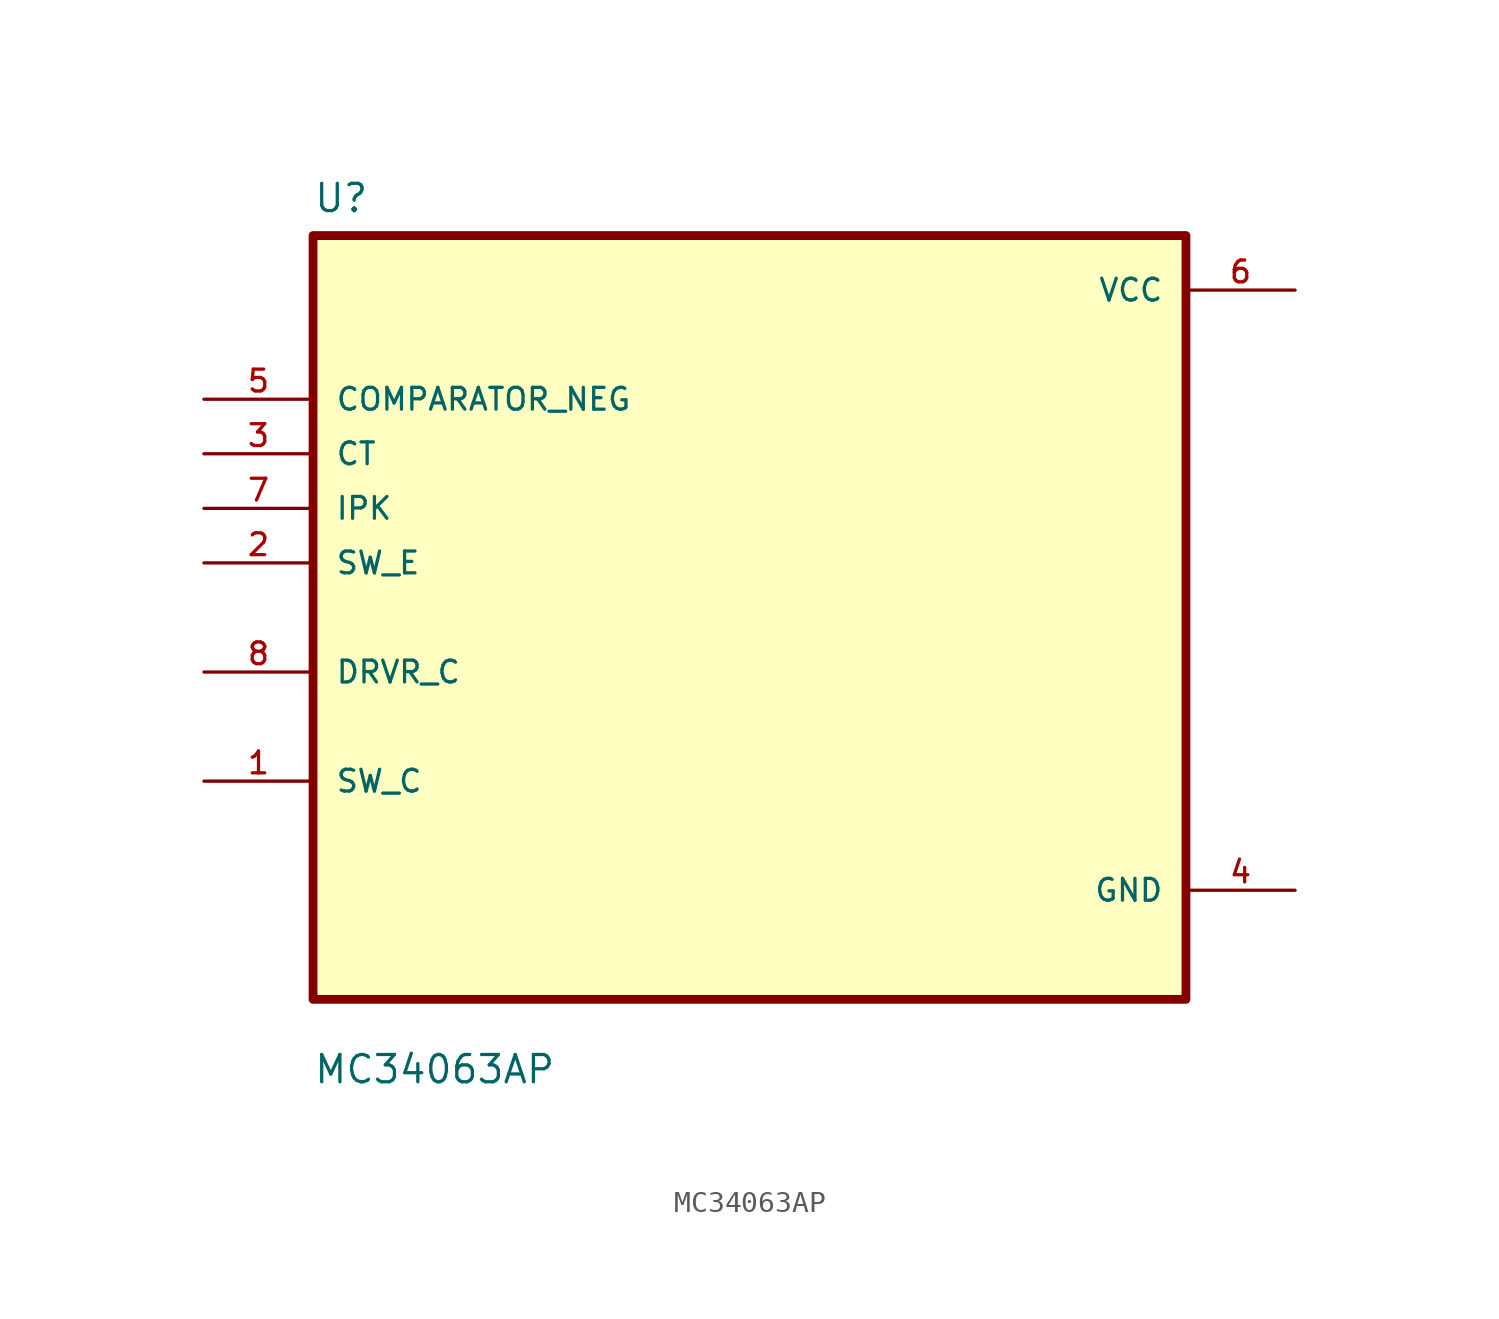
<source format=kicad_sym>
(kicad_symbol_lib
  (version 20211014)
  (generator kicad_symbol_editor)
  (symbol "MC34063AP"
    (pin_names
      (offset 1.016))
    (property "Reference" "U"
      (at -20.32 18.78 0.0)
      (effects (font (size 1.27 1.27)) (justify bottom left)))
    (property "Value" "MC34063AP"
      (at -20.32 -21.78 0.0)
      (effects (font (size 1.27 1.27)) (justify bottom left)))
    (symbol "MC34063AP_0_0"
      (rectangle (start -20.32 -17.78) (end 20.32 17.78) (stroke (width 0.41)) (fill (type background)))
      (pin input line (at -25.4 10.16 0) (length 5.08) (name "COMPARATOR_NEG" (effects (font (size 1.016 1.016)))) (number "5" (effects (font (size 1.016 1.016)))))
      (pin input line (at -25.4 7.62 0) (length 5.08) (name "CT" (effects (font (size 1.016 1.016)))) (number "3" (effects (font (size 1.016 1.016)))))
      (pin input line (at -25.4 5.08 0) (length 5.08) (name "IPK" (effects (font (size 1.016 1.016)))) (number "7" (effects (font (size 1.016 1.016)))))
      (pin input line (at -25.4 2.54 0) (length 5.08) (name "SW_E" (effects (font (size 1.016 1.016)))) (number "2" (effects (font (size 1.016 1.016)))))
      (pin bidirectional line (at -25.4 -2.54 0) (length 5.08) (name "DRVR_C" (effects (font (size 1.016 1.016)))) (number "8" (effects (font (size 1.016 1.016)))))
      (pin bidirectional line (at -25.4 -7.62 0) (length 5.08) (name "SW_C" (effects (font (size 1.016 1.016)))) (number "1" (effects (font (size 1.016 1.016)))))
      (pin power_in line (at 25.4 15.24 180.0) (length 5.08) (name "VCC" (effects (font (size 1.016 1.016)))) (number "6" (effects (font (size 1.016 1.016)))))
      (pin power_in line (at 25.4 -12.7 180.0) (length 5.08) (name "GND" (effects (font (size 1.016 1.016)))) (number "4" (effects (font (size 1.016 1.016))))))))
</source>
